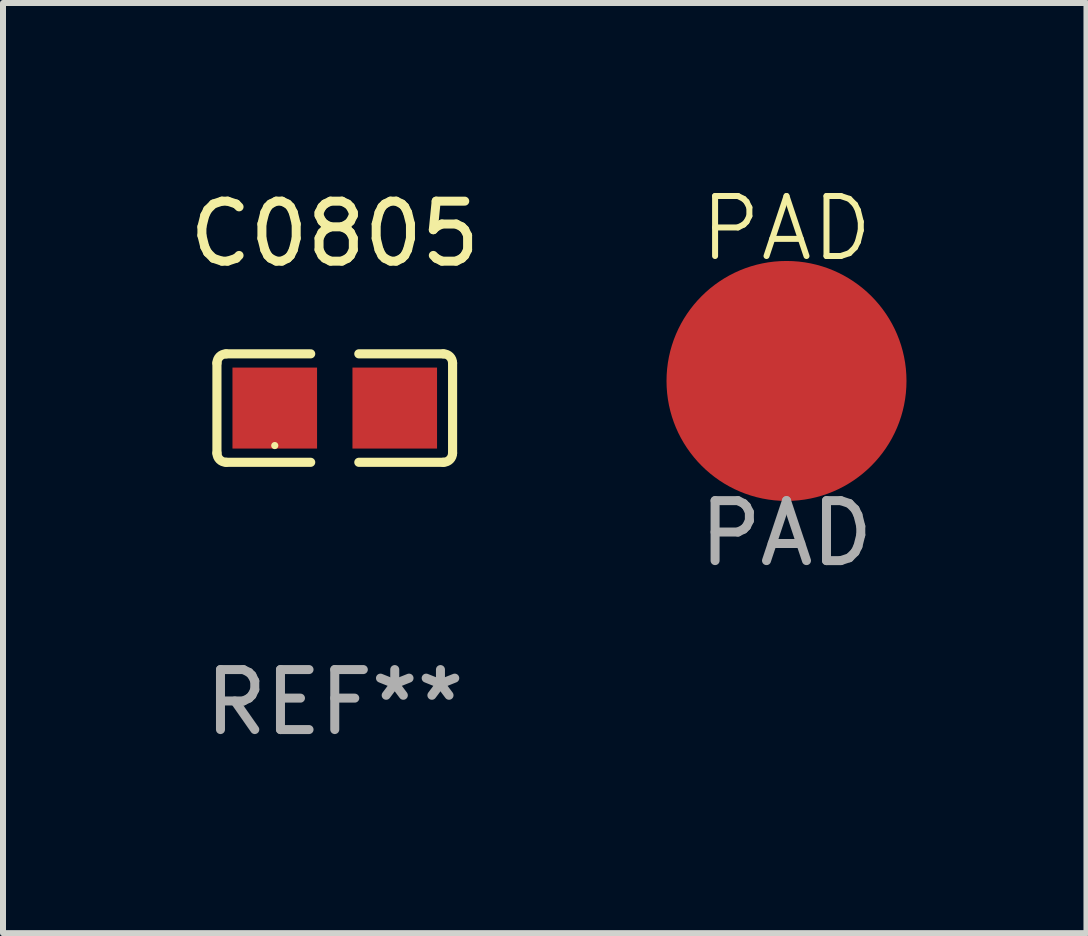
<source format=kicad_pcb>
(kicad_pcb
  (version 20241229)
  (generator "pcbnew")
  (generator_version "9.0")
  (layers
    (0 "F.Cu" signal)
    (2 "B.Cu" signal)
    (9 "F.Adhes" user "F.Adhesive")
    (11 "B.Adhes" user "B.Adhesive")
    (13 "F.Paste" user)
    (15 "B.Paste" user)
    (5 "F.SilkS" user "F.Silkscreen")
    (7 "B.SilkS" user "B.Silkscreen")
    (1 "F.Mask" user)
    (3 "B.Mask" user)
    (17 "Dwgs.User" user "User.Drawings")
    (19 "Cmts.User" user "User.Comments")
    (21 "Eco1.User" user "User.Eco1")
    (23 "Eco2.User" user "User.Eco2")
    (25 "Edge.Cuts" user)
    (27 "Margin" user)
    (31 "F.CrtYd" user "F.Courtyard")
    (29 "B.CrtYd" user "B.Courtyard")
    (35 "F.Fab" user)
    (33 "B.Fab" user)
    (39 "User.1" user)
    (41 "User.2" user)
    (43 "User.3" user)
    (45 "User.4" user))
  (footprint "C0805"
    (layer "F.Cu")
    (at 2.53 3.752)
    (property "Reference" "C0805" (at 0 -2.904 0) (layer "F.SilkS") (effects (font (size 1 1) (thickness 0.15))))
    (attr through_hole)
    (fp_line (start -1.964 0.751) (end -1.964 -0.751) (stroke (width 0.152) (type solid)) (layer "F.SilkS"))
    (fp_line (start -1.811 -0.904) (end -0.401 -0.904) (stroke (width 0.152) (type solid)) (layer "F.SilkS"))
    (fp_line (start -0.401 0.904) (end -1.811 0.904) (stroke (width 0.152) (type solid)) (layer "F.SilkS"))
    (fp_line (start 0.401 0.904) (end 1.811 0.904) (stroke (width 0.152) (type solid)) (layer "F.SilkS"))
    (fp_line (start 1.811 -0.904) (end 0.401 -0.904) (stroke (width 0.152) (type solid)) (layer "F.SilkS"))
    (fp_line (start 1.964 0.751) (end 1.964 -0.751) (stroke (width 0.152) (type solid)) (layer "F.SilkS"))
    (fp_arc (start -1.963602 -0.751207) (mid -1.918965 -0.858971) (end -1.811201 -0.903608) (stroke (width 0.1524) (type solid)) (layer "F.SilkS"))
    (fp_arc (start -1.811201 0.903607) (mid -1.918964 0.85897) (end -1.963601 0.751207) (stroke (width 0.1524) (type solid)) (layer "F.SilkS"))
    (fp_arc (start 1.811201 -0.903607) (mid 1.918964 -0.85897) (end 1.963601 -0.751207) (stroke (width 0.1524) (type solid)) (layer "F.SilkS"))
    (fp_arc (start 1.963602 0.751207) (mid 1.918965 0.858971) (end 1.811201 0.903608) (stroke (width 0.1524) (type solid)) (layer "F.SilkS"))
    (fp_circle (center -1 0.625) (end -0.97 0.625) (stroke (width 0.06) (type solid)) (fill no) (layer "F.SilkS"))
    (fp_text user "REF**" (at 0 4.904 0) (layer "F.Fab") (effects (font (size 1 1) (thickness 0.15))))
    (pad "1" smd rect (at -1 0) (size 1.41 1.35) (layers "F.Cu" "F.Mask" "F.Paste"))
    (pad "2" smd rect (at 1 0) (size 1.41 1.35) (layers "F.Cu" "F.Mask" "F.Paste")))
  (footprint "PAD"
    (layer "F.Cu")
    (at 10.06 3.3)
    (property "Reference" "PAD" (at 0 -2.54 0) (unlocked yes) (layer "F.SilkS") (effects (font (size 1 1) (thickness 0.1))))
    (attr smd)
    (fp_text user "${REFERENCE}" (at 0 2.54 0) (unlocked yes) (layer "F.Fab") (effects (font (size 1 1) (thickness 0.15))))
    (pad "1" smd oval (at 0 0) (size 4 4) (layers "F.Cu" "F.Mask" "F.Paste")))
  (gr_rect
    (start -3 -3)
    (end 15.06 12.504)
    (stroke (width 0.1) (type default))
    (fill no)
    (layer "Edge.Cuts")))
</source>
